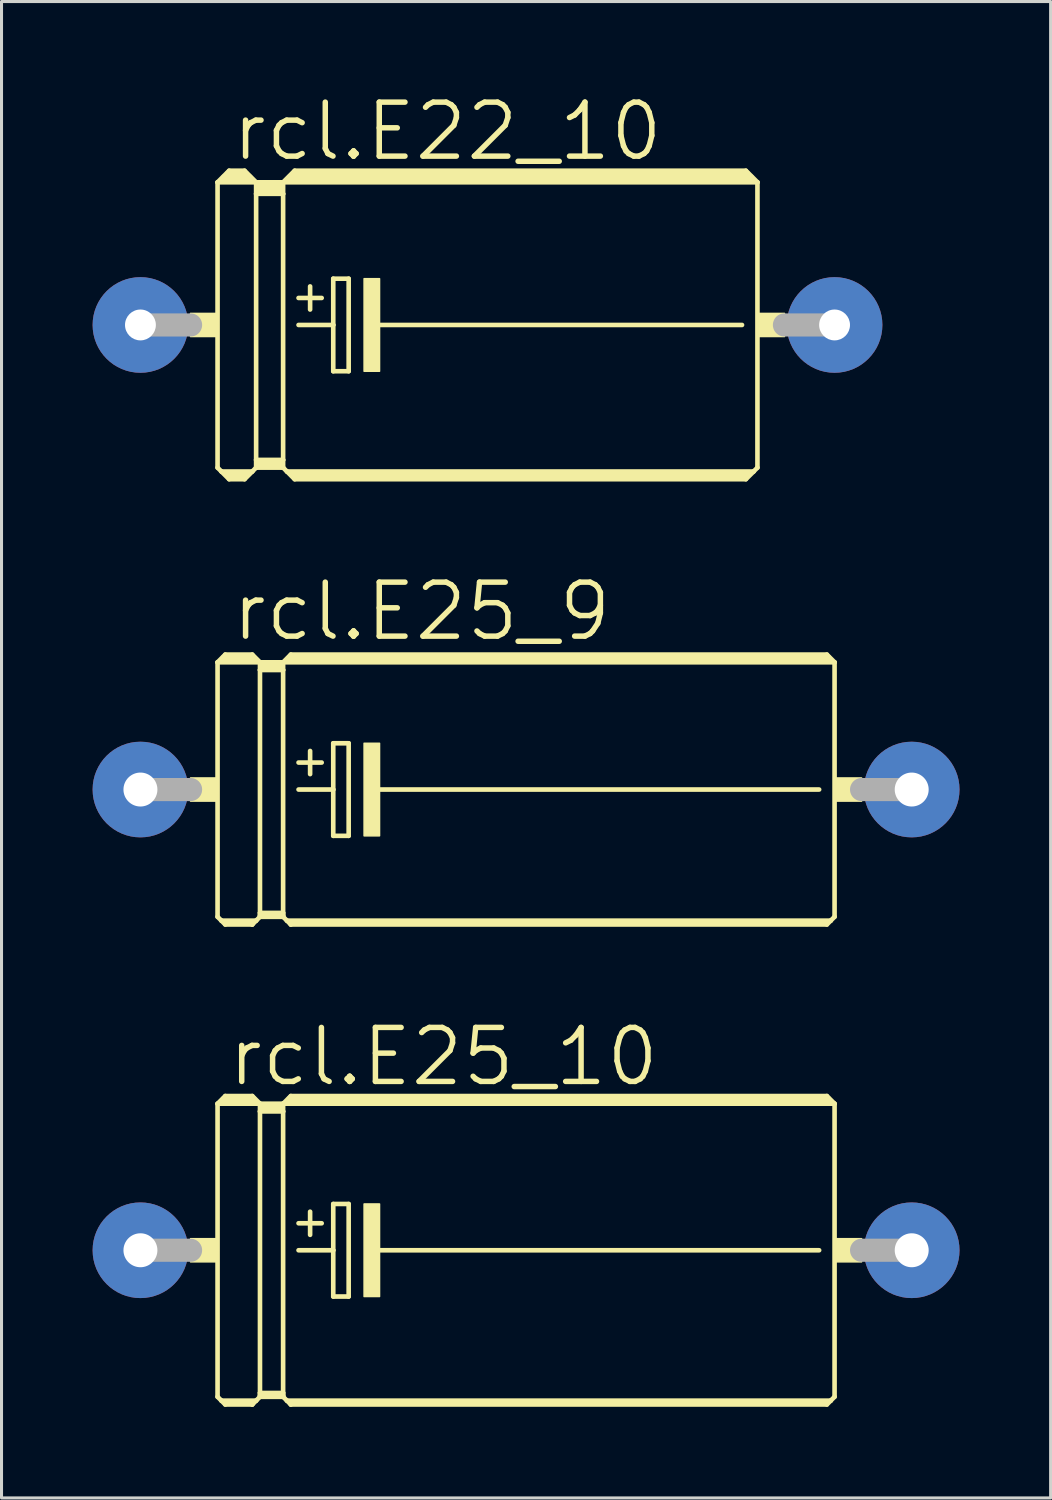
<source format=kicad_pcb>
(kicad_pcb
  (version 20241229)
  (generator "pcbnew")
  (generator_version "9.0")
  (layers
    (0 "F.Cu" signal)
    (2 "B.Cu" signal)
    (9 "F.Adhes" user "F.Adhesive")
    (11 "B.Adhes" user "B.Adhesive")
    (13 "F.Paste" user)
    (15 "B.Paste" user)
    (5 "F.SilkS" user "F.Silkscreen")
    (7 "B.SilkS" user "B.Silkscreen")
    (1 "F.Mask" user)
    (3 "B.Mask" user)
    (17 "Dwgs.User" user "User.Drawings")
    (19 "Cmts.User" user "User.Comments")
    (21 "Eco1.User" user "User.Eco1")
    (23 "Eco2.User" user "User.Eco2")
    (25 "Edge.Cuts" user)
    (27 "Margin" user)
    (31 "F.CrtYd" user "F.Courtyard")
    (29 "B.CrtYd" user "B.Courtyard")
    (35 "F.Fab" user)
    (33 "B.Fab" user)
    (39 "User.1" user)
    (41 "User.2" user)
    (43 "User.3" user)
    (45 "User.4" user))
  (footprint "rcl.E25_10"
    (layer "F.Cu")
    (at 14.275 38.125)
    (property "Reference" "rcl.E25_10" (at -9.906 -5.334 0) (layer "F.SilkS") (effects (font (size 1.778 1.778) (thickness 0.18)) (justify left bottom)))
    (attr through_hole)
    (fp_line (start -10.16 -4.826) (end -10.16 4.826) (stroke (width 0.152) (type default)) (layer "F.SilkS"))
    (fp_line (start -10.16 -4.826) (end -9.906 -5.08) (stroke (width 0.152) (type default)) (layer "F.SilkS"))
    (fp_line (start -10.16 -4.826) (end -8.763 -4.826) (stroke (width 0.152) (type default)) (layer "F.SilkS"))
    (fp_line (start -10.16 4.826) (end -10.033 4.953) (stroke (width 0.152) (type default)) (layer "F.SilkS"))
    (fp_line (start -10.033 4.953) (end -9.906 5.08) (stroke (width 0.152) (type default)) (layer "F.SilkS"))
    (fp_line (start -10.033 4.953) (end -8.89 4.953) (stroke (width 0.152) (type default)) (layer "F.SilkS"))
    (fp_line (start -9.906 -5.08) (end -9.017 -5.08) (stroke (width 0.152) (type default)) (layer "F.SilkS"))
    (fp_line (start -9.906 -4.953) (end -9.017 -4.953) (stroke (width 0.305) (type default)) (layer "F.SilkS"))
    (fp_line (start -9.906 5.029) (end -9.017 5.029) (stroke (width 0.152) (type default)) (layer "F.SilkS"))
    (fp_line (start -9.906 5.08) (end -9.017 5.08) (stroke (width 0.152) (type default)) (layer "F.SilkS"))
    (fp_line (start -9.017 -5.08) (end -8.763 -4.826) (stroke (width 0.152) (type default)) (layer "F.SilkS"))
    (fp_line (start -9.017 5.029) (end -9.017 5.08) (stroke (width 0.152) (type default)) (layer "F.SilkS"))
    (fp_line (start -9.017 5.08) (end -8.89 4.953) (stroke (width 0.152) (type default)) (layer "F.SilkS"))
    (fp_line (start -8.89 4.953) (end -8.763 4.826) (stroke (width 0.152) (type default)) (layer "F.SilkS"))
    (fp_line (start -8.763 -4.826) (end -8.763 -4.572) (stroke (width 0.152) (type default)) (layer "F.SilkS"))
    (fp_line (start -8.763 -4.572) (end -8.001 -4.572) (stroke (width 0.152) (type default)) (layer "F.SilkS"))
    (fp_line (start -8.763 4.699) (end -8.763 -4.572) (stroke (width 0.152) (type default)) (layer "F.SilkS"))
    (fp_line (start -8.763 4.699) (end -8.001 4.699) (stroke (width 0.152) (type default)) (layer "F.SilkS"))
    (fp_line (start -8.763 4.775) (end -8.763 4.699) (stroke (width 0.152) (type default)) (layer "F.SilkS"))
    (fp_line (start -8.763 4.775) (end -8.001 4.775) (stroke (width 0.152) (type default)) (layer "F.SilkS"))
    (fp_line (start -8.763 4.826) (end -8.763 4.775) (stroke (width 0.152) (type default)) (layer "F.SilkS"))
    (fp_line (start -8.636 -4.699) (end -8.128 -4.699) (stroke (width 0.305) (type default)) (layer "F.SilkS"))
    (fp_line (start -8.001 -4.826) (end -8.763 -4.826) (stroke (width 0.152) (type default)) (layer "F.SilkS"))
    (fp_line (start -8.001 -4.826) (end -8.001 -4.572) (stroke (width 0.152) (type default)) (layer "F.SilkS"))
    (fp_line (start -8.001 -4.826) (end 10.16 -4.826) (stroke (width 0.152) (type default)) (layer "F.SilkS"))
    (fp_line (start -8.001 4.699) (end -8.001 -4.572) (stroke (width 0.152) (type default)) (layer "F.SilkS"))
    (fp_line (start -8.001 4.775) (end -8.001 4.699) (stroke (width 0.152) (type default)) (layer "F.SilkS"))
    (fp_line (start -8.001 4.826) (end -8.763 4.826) (stroke (width 0.152) (type default)) (layer "F.SilkS"))
    (fp_line (start -8.001 4.826) (end -8.001 4.775) (stroke (width 0.152) (type default)) (layer "F.SilkS"))
    (fp_line (start -7.874 4.953) (end -8.001 4.826) (stroke (width 0.152) (type default)) (layer "F.SilkS"))
    (fp_line (start -7.874 4.953) (end 10.033 4.953) (stroke (width 0.152) (type default)) (layer "F.SilkS"))
    (fp_line (start -7.747 -5.08) (end -8.001 -4.826) (stroke (width 0.152) (type default)) (layer "F.SilkS"))
    (fp_line (start -7.747 -5.08) (end 9.906 -5.08) (stroke (width 0.152) (type default)) (layer "F.SilkS"))
    (fp_line (start -7.747 -4.953) (end 9.906 -4.953) (stroke (width 0.305) (type default)) (layer "F.SilkS"))
    (fp_line (start -7.747 5.029) (end 9.906 5.029) (stroke (width 0.152) (type default)) (layer "F.SilkS"))
    (fp_line (start -7.747 5.08) (end -7.874 4.953) (stroke (width 0.152) (type default)) (layer "F.SilkS"))
    (fp_line (start -7.747 5.08) (end -7.747 5.029) (stroke (width 0.152) (type default)) (layer "F.SilkS"))
    (fp_line (start -7.747 5.08) (end 9.906 5.08) (stroke (width 0.152) (type default)) (layer "F.SilkS"))
    (fp_line (start -7.493 -0.889) (end -6.731 -0.889) (stroke (width 0.152) (type default)) (layer "F.SilkS"))
    (fp_line (start -7.493 0) (end -6.35 0) (stroke (width 0.152) (type default)) (layer "F.SilkS"))
    (fp_line (start -7.112 -1.27) (end -7.112 -0.508) (stroke (width 0.152) (type default)) (layer "F.SilkS"))
    (fp_line (start -6.35 -1.524) (end -6.35 0) (stroke (width 0.152) (type default)) (layer "F.SilkS"))
    (fp_line (start -6.35 0) (end -6.35 1.524) (stroke (width 0.152) (type default)) (layer "F.SilkS"))
    (fp_line (start -6.35 1.524) (end -5.842 1.524) (stroke (width 0.152) (type default)) (layer "F.SilkS"))
    (fp_line (start -5.842 -1.524) (end -6.35 -1.524) (stroke (width 0.152) (type default)) (layer "F.SilkS"))
    (fp_line (start -5.842 1.524) (end -5.842 -1.524) (stroke (width 0.152) (type default)) (layer "F.SilkS"))
    (fp_line (start -4.953 0) (end 9.652 0) (stroke (width 0.152) (type default)) (layer "F.SilkS"))
    (fp_line (start 9.906 -5.08) (end 10.16 -4.826) (stroke (width 0.152) (type default)) (layer "F.SilkS"))
    (fp_line (start 9.906 5.08) (end 10.033 4.953) (stroke (width 0.152) (type default)) (layer "F.SilkS"))
    (fp_line (start 10.033 4.953) (end 10.16 4.826) (stroke (width 0.152) (type default)) (layer "F.SilkS"))
    (fp_line (start 10.16 4.826) (end 10.16 -4.826) (stroke (width 0.152) (type default)) (layer "F.SilkS"))
    (fp_rect (start -11.049 0.381) (end -10.16 -0.381) (stroke (width 0.05) (type default)) (fill yes) (layer "F.SilkS"))
    (fp_rect (start -5.334 1.524) (end -4.826 -1.524) (stroke (width 0.05) (type default)) (fill yes) (layer "F.SilkS"))
    (fp_rect (start 10.16 0.381) (end 11.049 -0.381) (stroke (width 0.05) (type default)) (fill yes) (layer "F.SilkS"))
    (fp_line (start -12.7 0) (end -11.049 0) (stroke (width 0.762) (type default)) (layer "F.Fab"))
    (fp_line (start 12.7 0) (end 11.049 0) (stroke (width 0.762) (type default)) (layer "F.Fab"))
    (pad "+" thru_hole circle (at -12.7 0) (size 3.15 3.15) (drill 1.118) (layers "*.Cu" "*.Mask"))
    (pad "-" thru_hole circle (at 12.7 0) (size 3.15 3.15) (drill 1.118) (layers "*.Cu" "*.Mask")))
  (footprint "rcl.E25_9"
    (layer "F.Cu")
    (at 14.275 22.952)
    (property "Reference" "rcl.E25_9" (at -9.779 -4.826 0) (layer "F.SilkS") (effects (font (size 1.778 1.778) (thickness 0.18)) (justify left bottom)))
    (attr through_hole)
    (fp_line (start -10.16 -4.191) (end -10.16 4.191) (stroke (width 0.152) (type default)) (layer "F.SilkS"))
    (fp_line (start -10.16 -4.191) (end -9.906 -4.445) (stroke (width 0.152) (type default)) (layer "F.SilkS"))
    (fp_line (start -10.16 -4.191) (end -8.763 -4.191) (stroke (width 0.152) (type default)) (layer "F.SilkS"))
    (fp_line (start -10.16 4.191) (end -10.033 4.318) (stroke (width 0.152) (type default)) (layer "F.SilkS"))
    (fp_line (start -10.033 4.318) (end -9.906 4.445) (stroke (width 0.152) (type default)) (layer "F.SilkS"))
    (fp_line (start -10.033 4.318) (end -8.89 4.318) (stroke (width 0.152) (type default)) (layer "F.SilkS"))
    (fp_line (start -9.906 -4.445) (end -9.017 -4.445) (stroke (width 0.152) (type default)) (layer "F.SilkS"))
    (fp_line (start -9.906 -4.318) (end -9.017 -4.318) (stroke (width 0.305) (type default)) (layer "F.SilkS"))
    (fp_line (start -9.906 4.394) (end -9.017 4.394) (stroke (width 0.152) (type default)) (layer "F.SilkS"))
    (fp_line (start -9.906 4.445) (end -9.017 4.445) (stroke (width 0.152) (type default)) (layer "F.SilkS"))
    (fp_line (start -9.017 -4.445) (end -8.763 -4.191) (stroke (width 0.152) (type default)) (layer "F.SilkS"))
    (fp_line (start -9.017 4.394) (end -9.017 4.445) (stroke (width 0.152) (type default)) (layer "F.SilkS"))
    (fp_line (start -9.017 4.445) (end -8.89 4.318) (stroke (width 0.152) (type default)) (layer "F.SilkS"))
    (fp_line (start -8.89 4.318) (end -8.763 4.191) (stroke (width 0.152) (type default)) (layer "F.SilkS"))
    (fp_line (start -8.763 -4.191) (end -8.763 -3.937) (stroke (width 0.152) (type default)) (layer "F.SilkS"))
    (fp_line (start -8.763 -3.937) (end -8.001 -3.937) (stroke (width 0.152) (type default)) (layer "F.SilkS"))
    (fp_line (start -8.763 4.064) (end -8.763 -3.937) (stroke (width 0.152) (type default)) (layer "F.SilkS"))
    (fp_line (start -8.763 4.064) (end -8.001 4.064) (stroke (width 0.152) (type default)) (layer "F.SilkS"))
    (fp_line (start -8.763 4.14) (end -8.763 4.064) (stroke (width 0.152) (type default)) (layer "F.SilkS"))
    (fp_line (start -8.763 4.14) (end -8.001 4.14) (stroke (width 0.152) (type default)) (layer "F.SilkS"))
    (fp_line (start -8.763 4.191) (end -8.763 4.14) (stroke (width 0.152) (type default)) (layer "F.SilkS"))
    (fp_line (start -8.636 -4.064) (end -8.128 -4.064) (stroke (width 0.305) (type default)) (layer "F.SilkS"))
    (fp_line (start -8.001 -4.191) (end -8.763 -4.191) (stroke (width 0.152) (type default)) (layer "F.SilkS"))
    (fp_line (start -8.001 -4.191) (end -8.001 -3.937) (stroke (width 0.152) (type default)) (layer "F.SilkS"))
    (fp_line (start -8.001 -4.191) (end 10.16 -4.191) (stroke (width 0.152) (type default)) (layer "F.SilkS"))
    (fp_line (start -8.001 4.064) (end -8.001 -3.937) (stroke (width 0.152) (type default)) (layer "F.SilkS"))
    (fp_line (start -8.001 4.14) (end -8.001 4.064) (stroke (width 0.152) (type default)) (layer "F.SilkS"))
    (fp_line (start -8.001 4.191) (end -8.763 4.191) (stroke (width 0.152) (type default)) (layer "F.SilkS"))
    (fp_line (start -8.001 4.191) (end -8.001 4.14) (stroke (width 0.152) (type default)) (layer "F.SilkS"))
    (fp_line (start -7.874 4.318) (end -8.001 4.191) (stroke (width 0.152) (type default)) (layer "F.SilkS"))
    (fp_line (start -7.874 4.318) (end 10.033 4.318) (stroke (width 0.152) (type default)) (layer "F.SilkS"))
    (fp_line (start -7.747 -4.445) (end -8.001 -4.191) (stroke (width 0.152) (type default)) (layer "F.SilkS"))
    (fp_line (start -7.747 -4.445) (end 9.906 -4.445) (stroke (width 0.152) (type default)) (layer "F.SilkS"))
    (fp_line (start -7.747 -4.318) (end 9.906 -4.318) (stroke (width 0.305) (type default)) (layer "F.SilkS"))
    (fp_line (start -7.747 4.394) (end 9.906 4.394) (stroke (width 0.152) (type default)) (layer "F.SilkS"))
    (fp_line (start -7.747 4.445) (end -7.874 4.318) (stroke (width 0.152) (type default)) (layer "F.SilkS"))
    (fp_line (start -7.747 4.445) (end -7.747 4.394) (stroke (width 0.152) (type default)) (layer "F.SilkS"))
    (fp_line (start -7.747 4.445) (end 9.906 4.445) (stroke (width 0.152) (type default)) (layer "F.SilkS"))
    (fp_line (start -7.493 -0.889) (end -6.731 -0.889) (stroke (width 0.152) (type default)) (layer "F.SilkS"))
    (fp_line (start -7.493 0) (end -6.35 0) (stroke (width 0.152) (type default)) (layer "F.SilkS"))
    (fp_line (start -7.112 -1.27) (end -7.112 -0.508) (stroke (width 0.152) (type default)) (layer "F.SilkS"))
    (fp_line (start -6.35 -1.524) (end -6.35 0) (stroke (width 0.152) (type default)) (layer "F.SilkS"))
    (fp_line (start -6.35 0) (end -6.35 1.524) (stroke (width 0.152) (type default)) (layer "F.SilkS"))
    (fp_line (start -6.35 1.524) (end -5.842 1.524) (stroke (width 0.152) (type default)) (layer "F.SilkS"))
    (fp_line (start -5.842 -1.524) (end -6.35 -1.524) (stroke (width 0.152) (type default)) (layer "F.SilkS"))
    (fp_line (start -5.842 1.524) (end -5.842 -1.524) (stroke (width 0.152) (type default)) (layer "F.SilkS"))
    (fp_line (start -4.953 0) (end 9.652 0) (stroke (width 0.152) (type default)) (layer "F.SilkS"))
    (fp_line (start 9.906 -4.445) (end 10.16 -4.191) (stroke (width 0.152) (type default)) (layer "F.SilkS"))
    (fp_line (start 9.906 4.445) (end 10.033 4.318) (stroke (width 0.152) (type default)) (layer "F.SilkS"))
    (fp_line (start 10.033 4.318) (end 10.16 4.191) (stroke (width 0.152) (type default)) (layer "F.SilkS"))
    (fp_line (start 10.16 4.191) (end 10.16 -4.191) (stroke (width 0.152) (type default)) (layer "F.SilkS"))
    (fp_rect (start -11.049 0.381) (end -10.16 -0.381) (stroke (width 0.05) (type default)) (fill yes) (layer "F.SilkS"))
    (fp_rect (start -5.334 1.524) (end -4.826 -1.524) (stroke (width 0.05) (type default)) (fill yes) (layer "F.SilkS"))
    (fp_rect (start 10.16 0.381) (end 11.049 -0.381) (stroke (width 0.05) (type default)) (fill yes) (layer "F.SilkS"))
    (fp_line (start -12.7 0) (end -11.049 0) (stroke (width 0.762) (type default)) (layer "F.Fab"))
    (fp_line (start 12.7 0) (end 11.049 0) (stroke (width 0.762) (type default)) (layer "F.Fab"))
    (pad "+" thru_hole circle (at -12.7 0) (size 3.15 3.15) (drill 1.118) (layers "*.Cu" "*.Mask"))
    (pad "-" thru_hole circle (at 12.7 0) (size 3.15 3.15) (drill 1.118) (layers "*.Cu" "*.Mask")))
  (footprint "rcl.E22_10"
    (layer "F.Cu")
    (at 13.005 7.652)
    (property "Reference" "rcl.E22_10" (at -8.509 -5.334 0) (layer "F.SilkS") (effects (font (size 1.778 1.778) (thickness 0.18)) (justify left bottom)))
    (attr through_hole)
    (fp_line (start -8.89 -4.699) (end -8.89 4.699) (stroke (width 0.152) (type default)) (layer "F.SilkS"))
    (fp_line (start -8.89 -4.699) (end -8.509 -5.08) (stroke (width 0.152) (type default)) (layer "F.SilkS"))
    (fp_line (start -8.89 -4.699) (end -7.62 -4.699) (stroke (width 0.152) (type default)) (layer "F.SilkS"))
    (fp_line (start -8.89 4.699) (end -8.763 4.826) (stroke (width 0.152) (type default)) (layer "F.SilkS"))
    (fp_line (start -8.763 4.826) (end -8.509 5.08) (stroke (width 0.152) (type default)) (layer "F.SilkS"))
    (fp_line (start -8.763 4.826) (end -7.747 4.826) (stroke (width 0.152) (type default)) (layer "F.SilkS"))
    (fp_line (start -8.636 -4.826) (end -7.874 -4.826) (stroke (width 0.305) (type default)) (layer "F.SilkS"))
    (fp_line (start -8.509 -5.08) (end -8.001 -5.08) (stroke (width 0.152) (type default)) (layer "F.SilkS"))
    (fp_line (start -8.509 -4.953) (end -8.001 -4.953) (stroke (width 0.305) (type default)) (layer "F.SilkS"))
    (fp_line (start -8.509 4.953) (end -8.001 4.953) (stroke (width 0.254) (type default)) (layer "F.SilkS"))
    (fp_line (start -8.509 5.08) (end -8.001 5.08) (stroke (width 0.152) (type default)) (layer "F.SilkS"))
    (fp_line (start -7.747 4.826) (end -8.001 5.08) (stroke (width 0.152) (type default)) (layer "F.SilkS"))
    (fp_line (start -7.62 -4.699) (end -8.001 -5.08) (stroke (width 0.152) (type default)) (layer "F.SilkS"))
    (fp_line (start -7.62 -4.699) (end -7.62 -4.318) (stroke (width 0.152) (type default)) (layer "F.SilkS"))
    (fp_line (start -7.62 -4.699) (end -6.731 -4.699) (stroke (width 0.152) (type default)) (layer "F.SilkS"))
    (fp_line (start -7.62 -4.318) (end -6.731 -4.318) (stroke (width 0.152) (type default)) (layer "F.SilkS"))
    (fp_line (start -7.62 4.445) (end -7.62 -4.318) (stroke (width 0.152) (type default)) (layer "F.SilkS"))
    (fp_line (start -7.62 4.445) (end -6.731 4.445) (stroke (width 0.152) (type default)) (layer "F.SilkS"))
    (fp_line (start -7.62 4.699) (end -7.747 4.826) (stroke (width 0.152) (type default)) (layer "F.SilkS"))
    (fp_line (start -7.62 4.699) (end -7.62 4.445) (stroke (width 0.152) (type default)) (layer "F.SilkS"))
    (fp_line (start -7.62 4.699) (end -6.731 4.699) (stroke (width 0.152) (type default)) (layer "F.SilkS"))
    (fp_line (start -7.493 -4.572) (end -6.858 -4.572) (stroke (width 0.305) (type default)) (layer "F.SilkS"))
    (fp_line (start -7.493 -4.445) (end -6.858 -4.445) (stroke (width 0.305) (type default)) (layer "F.SilkS"))
    (fp_line (start -7.493 4.572) (end -6.858 4.572) (stroke (width 0.254) (type default)) (layer "F.SilkS"))
    (fp_line (start -6.731 -4.699) (end -6.731 -4.318) (stroke (width 0.152) (type default)) (layer "F.SilkS"))
    (fp_line (start -6.731 -4.699) (end 8.89 -4.699) (stroke (width 0.152) (type default)) (layer "F.SilkS"))
    (fp_line (start -6.731 -4.318) (end -6.731 4.445) (stroke (width 0.152) (type default)) (layer "F.SilkS"))
    (fp_line (start -6.731 4.445) (end -6.731 4.699) (stroke (width 0.152) (type default)) (layer "F.SilkS"))
    (fp_line (start -6.604 4.826) (end -6.731 4.699) (stroke (width 0.152) (type default)) (layer "F.SilkS"))
    (fp_line (start -6.604 4.826) (end 8.763 4.826) (stroke (width 0.152) (type default)) (layer "F.SilkS"))
    (fp_line (start -6.477 -4.826) (end 8.636 -4.826) (stroke (width 0.305) (type default)) (layer "F.SilkS"))
    (fp_line (start -6.35 -5.08) (end -6.731 -4.699) (stroke (width 0.152) (type default)) (layer "F.SilkS"))
    (fp_line (start -6.35 -5.08) (end 8.509 -5.08) (stroke (width 0.152) (type default)) (layer "F.SilkS"))
    (fp_line (start -6.35 -4.953) (end 8.509 -4.953) (stroke (width 0.305) (type default)) (layer "F.SilkS"))
    (fp_line (start -6.35 4.953) (end 8.509 4.953) (stroke (width 0.254) (type default)) (layer "F.SilkS"))
    (fp_line (start -6.35 5.08) (end -6.604 4.826) (stroke (width 0.152) (type default)) (layer "F.SilkS"))
    (fp_line (start -6.35 5.08) (end 8.509 5.08) (stroke (width 0.152) (type default)) (layer "F.SilkS"))
    (fp_line (start -6.223 -0.889) (end -5.461 -0.889) (stroke (width 0.152) (type default)) (layer "F.SilkS"))
    (fp_line (start -6.223 0) (end -5.08 0) (stroke (width 0.152) (type default)) (layer "F.SilkS"))
    (fp_line (start -5.842 -1.27) (end -5.842 -0.508) (stroke (width 0.152) (type default)) (layer "F.SilkS"))
    (fp_line (start -5.08 -1.524) (end -5.08 0) (stroke (width 0.152) (type default)) (layer "F.SilkS"))
    (fp_line (start -5.08 0) (end -5.08 1.524) (stroke (width 0.152) (type default)) (layer "F.SilkS"))
    (fp_line (start -5.08 1.524) (end -4.572 1.524) (stroke (width 0.152) (type default)) (layer "F.SilkS"))
    (fp_line (start -4.572 -1.524) (end -5.08 -1.524) (stroke (width 0.152) (type default)) (layer "F.SilkS"))
    (fp_line (start -4.572 1.524) (end -4.572 -1.524) (stroke (width 0.152) (type default)) (layer "F.SilkS"))
    (fp_line (start -3.683 0) (end 8.382 0) (stroke (width 0.152) (type default)) (layer "F.SilkS"))
    (fp_line (start 8.509 -5.08) (end 8.89 -4.699) (stroke (width 0.152) (type default)) (layer "F.SilkS"))
    (fp_line (start 8.509 5.08) (end 8.763 4.826) (stroke (width 0.152) (type default)) (layer "F.SilkS"))
    (fp_line (start 8.763 4.826) (end 8.89 4.699) (stroke (width 0.152) (type default)) (layer "F.SilkS"))
    (fp_line (start 8.89 -4.699) (end 8.89 4.699) (stroke (width 0.152) (type default)) (layer "F.SilkS"))
    (fp_rect (start -9.779 0.381) (end -8.89 -0.381) (stroke (width 0.05) (type default)) (fill yes) (layer "F.SilkS"))
    (fp_rect (start -4.064 1.524) (end -3.556 -1.524) (stroke (width 0.05) (type default)) (fill yes) (layer "F.SilkS"))
    (fp_rect (start 8.89 0.381) (end 9.779 -0.381) (stroke (width 0.05) (type default)) (fill yes) (layer "F.SilkS"))
    (fp_line (start -11.43 0) (end -9.779 0) (stroke (width 0.762) (type default)) (layer "F.Fab"))
    (fp_line (start 11.43 0) (end 9.779 0) (stroke (width 0.762) (type default)) (layer "F.Fab"))
    (pad "+" thru_hole circle (at -11.43 0) (size 3.15 3.15) (drill 1.016) (layers "*.Cu" "*.Mask"))
    (pad "-" thru_hole circle (at 11.43 0) (size 3.15 3.15) (drill 1.016) (layers "*.Cu" "*.Mask")))
  (gr_rect
    (start -3 -3)
    (end 31.55 46.282)
    (stroke (width 0.1) (type default))
    (fill no)
    (layer "Edge.Cuts")))
</source>
